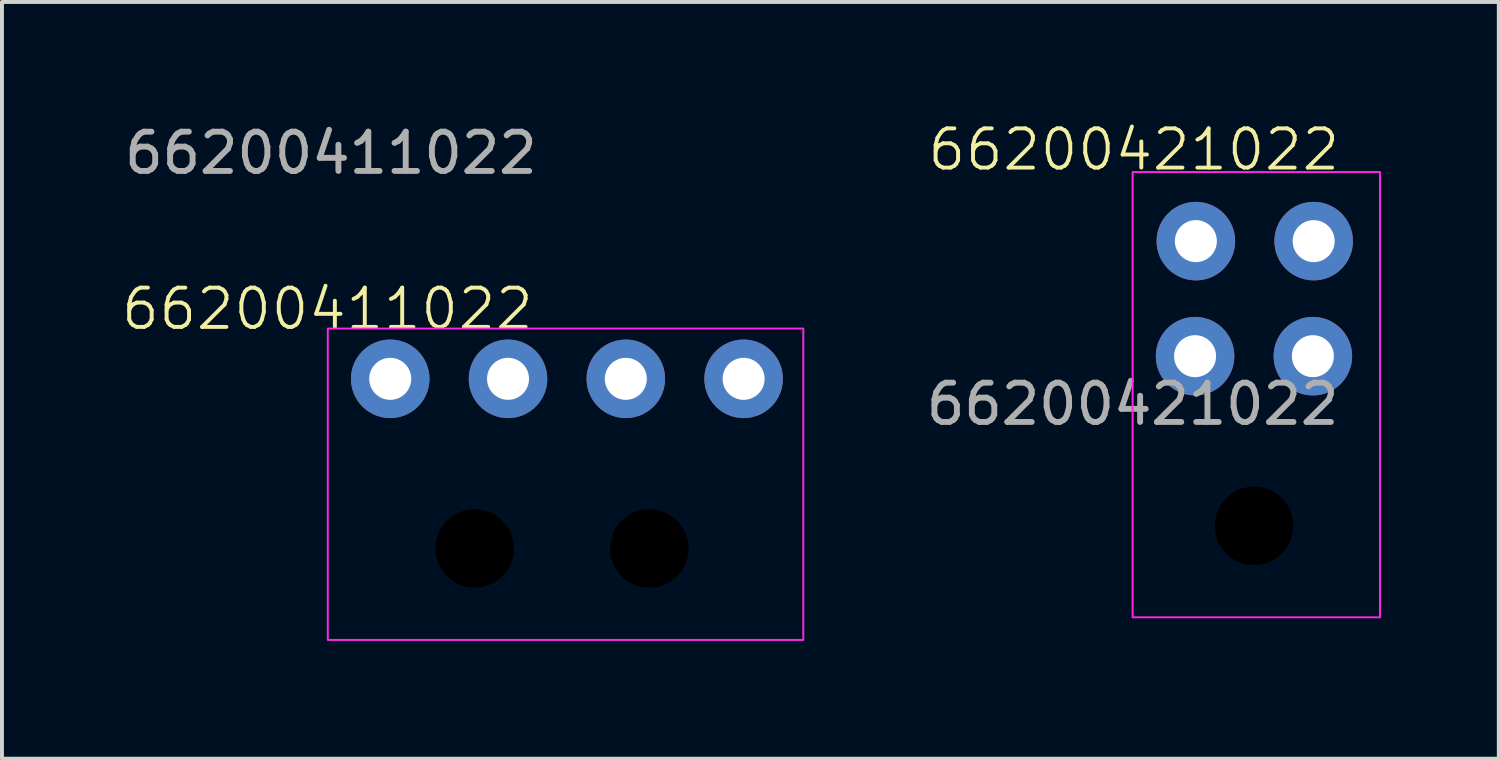
<source format=kicad_pcb>
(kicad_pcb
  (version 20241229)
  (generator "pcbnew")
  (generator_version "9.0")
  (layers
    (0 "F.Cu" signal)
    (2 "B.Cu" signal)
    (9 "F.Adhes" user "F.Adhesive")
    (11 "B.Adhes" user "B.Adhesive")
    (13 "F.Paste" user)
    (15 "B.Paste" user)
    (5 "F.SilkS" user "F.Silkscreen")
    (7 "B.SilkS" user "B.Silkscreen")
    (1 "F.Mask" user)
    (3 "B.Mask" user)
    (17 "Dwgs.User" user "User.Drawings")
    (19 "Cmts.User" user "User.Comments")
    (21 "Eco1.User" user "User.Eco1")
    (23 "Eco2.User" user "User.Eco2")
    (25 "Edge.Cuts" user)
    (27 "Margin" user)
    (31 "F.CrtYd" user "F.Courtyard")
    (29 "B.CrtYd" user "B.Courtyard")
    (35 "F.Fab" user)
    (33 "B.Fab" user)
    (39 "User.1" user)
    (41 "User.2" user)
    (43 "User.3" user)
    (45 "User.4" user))
  (footprint "66200411022"
    (layer "F.Cu")
    (at 5.288 5.318)
    (property "Reference" "66200411022" (at 0 -0.5 0) (unlocked yes) (layer "F.SilkS") (effects (font (size 1 1) (thickness 0.1))))
    (attr smd)
    (fp_rect (start 0.01 0) (end 12.12 7.93) (stroke (width 0.05) (type default)) (fill no) (layer "F.CrtYd"))
    (fp_text user "${REFERENCE}" (at 0.09 -4.47 0) (unlocked yes) (layer "F.Fab") (effects (font (size 1 1) (thickness 0.15))))
    (pad "" np_thru_hole circle (at 3.75 5.6) (size 2 2) (drill 3) (layers "*.Mask"))
    (pad "" np_thru_hole circle (at 8.2 5.6) (size 2 2) (drill 3) (layers "*.Mask"))
    (pad "1" thru_hole circle (at 10.6 1.28) (size 2 2) (drill 1.07) (layers "*.Cu" "*.Mask"))
    (pad "2" thru_hole circle (at 7.6 1.28) (size 2 2) (drill 1.07) (layers "*.Cu" "*.Mask"))
    (pad "3" thru_hole circle (at 4.6 1.28) (size 2 2) (drill 1.07) (layers "*.Cu" "*.Mask"))
    (pad "4" thru_hole circle (at 1.6 1.28) (size 2 2) (drill 1.07) (layers "*.Cu" "*.Mask")))
  (footprint "66200421022"
    (layer "F.Cu")
    (at 25.796 1.331)
    (property "Reference" "66200421022" (at 0.03 -0.57 0) (unlocked yes) (layer "F.SilkS") (effects (font (size 1 1) (thickness 0.1))))
    (attr through_hole)
    (fp_rect (start 0 0) (end 6.3 11.34) (stroke (width 0.05) (type default)) (fill no) (layer "F.CrtYd"))
    (fp_text user "${REFERENCE}" (at 0 5.91 0) (unlocked yes) (layer "F.Fab") (effects (font (size 1 1) (thickness 0.15))))
    (pad "" np_thru_hole circle (at 3.09 9.01) (size 2 2) (drill 3) (layers "*.Mask"))
    (pad "1" thru_hole circle (at 1.61 1.76) (size 2 2) (drill 1.07) (layers "*.Cu" "*.Mask"))
    (pad "2" thru_hole circle (at 4.61 1.76) (size 2 2) (drill 1.07) (layers "*.Cu" "*.Mask"))
    (pad "3" thru_hole circle (at 1.59 4.69) (size 2 2) (drill 1.07) (layers "*.Cu" "*.Mask"))
    (pad "4" thru_hole circle (at 4.59 4.69) (size 2 2) (drill 1.07) (layers "*.Cu" "*.Mask")))
  (gr_rect
    (start -3 -3)
    (end 35.121 16.273)
    (stroke (width 0.1) (type default))
    (fill no)
    (layer "Edge.Cuts")))
</source>
